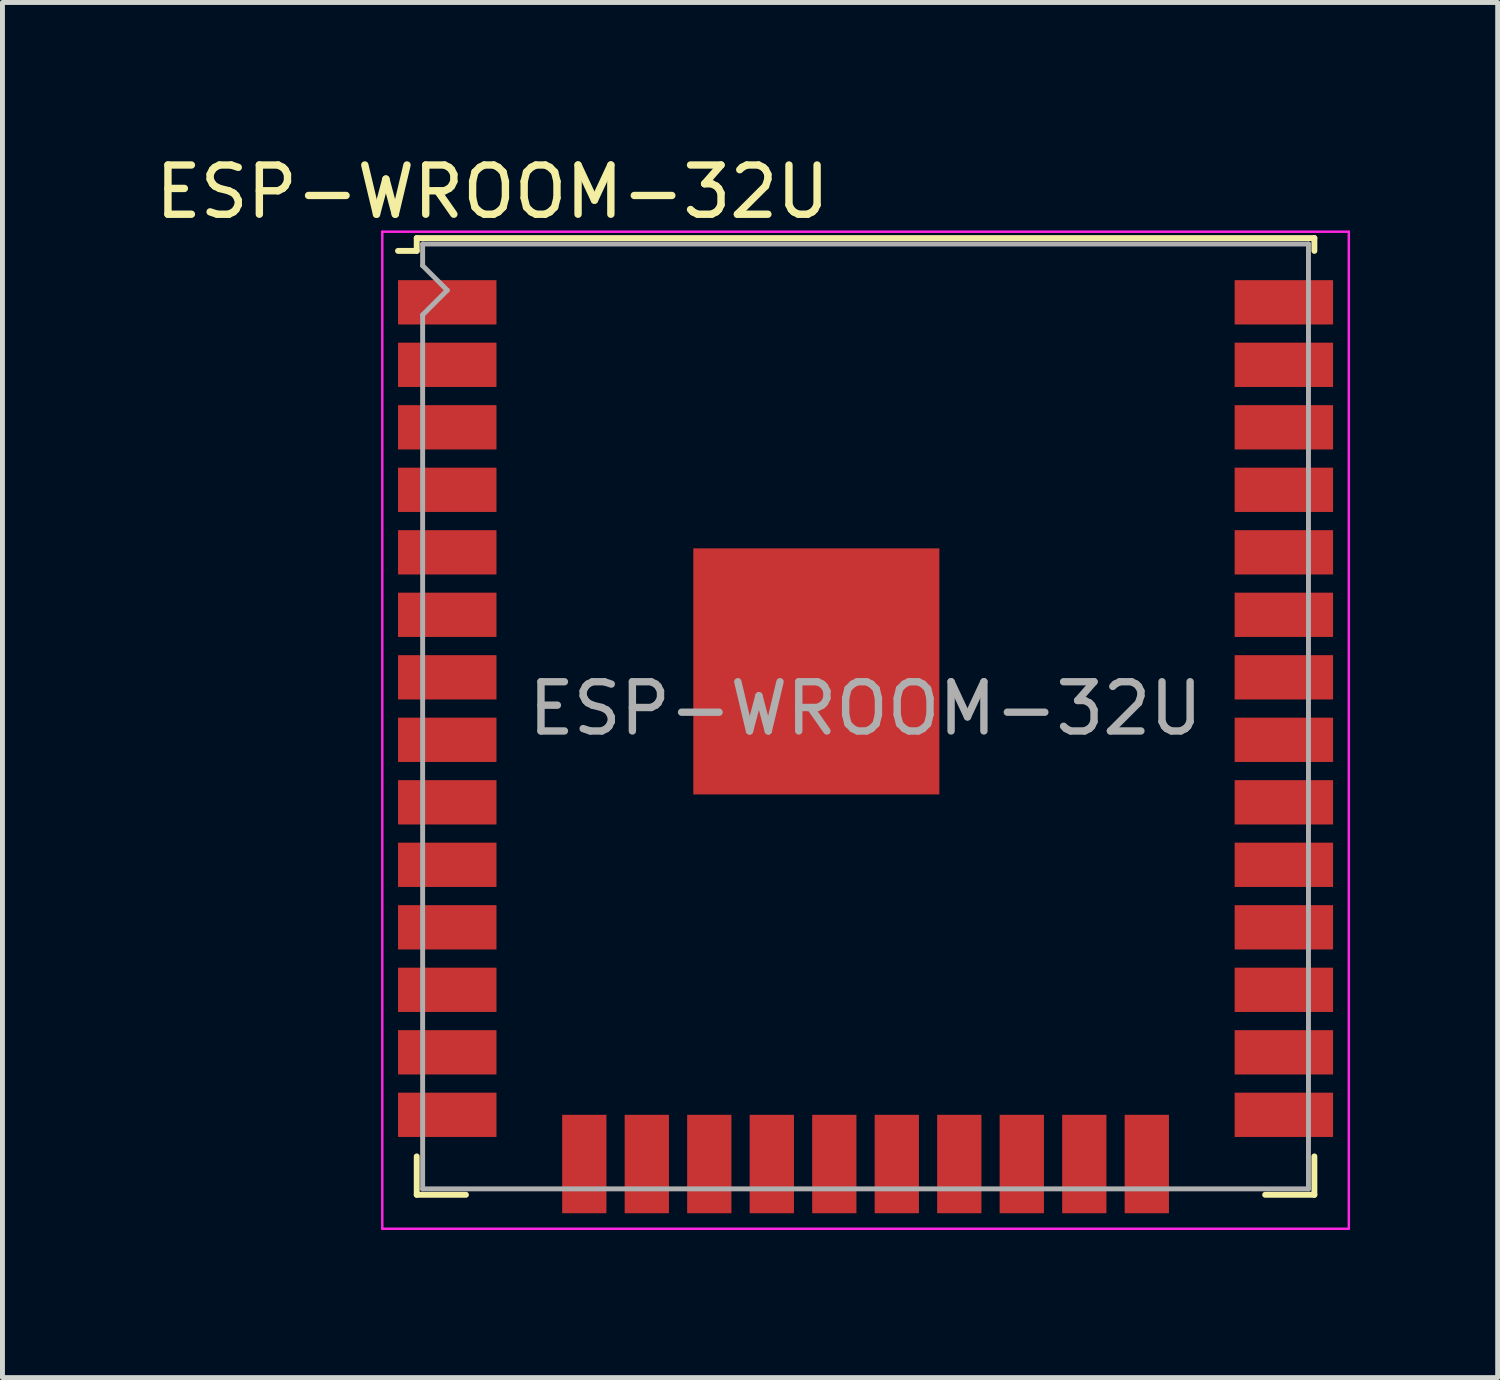
<source format=kicad_pcb>
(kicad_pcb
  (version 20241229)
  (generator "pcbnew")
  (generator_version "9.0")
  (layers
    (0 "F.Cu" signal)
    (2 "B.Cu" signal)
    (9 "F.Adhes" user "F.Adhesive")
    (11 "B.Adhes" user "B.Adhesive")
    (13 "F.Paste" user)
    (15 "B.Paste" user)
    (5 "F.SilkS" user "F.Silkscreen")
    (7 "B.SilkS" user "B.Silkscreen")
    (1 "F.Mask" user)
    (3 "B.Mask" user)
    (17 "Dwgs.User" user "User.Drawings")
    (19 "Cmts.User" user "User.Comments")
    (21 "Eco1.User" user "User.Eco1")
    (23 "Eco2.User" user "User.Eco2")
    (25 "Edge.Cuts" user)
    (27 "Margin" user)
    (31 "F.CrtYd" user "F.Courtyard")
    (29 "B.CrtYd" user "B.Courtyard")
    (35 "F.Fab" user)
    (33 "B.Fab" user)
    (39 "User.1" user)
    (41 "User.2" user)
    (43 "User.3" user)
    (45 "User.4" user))
  (footprint "ESP-WROOM-32U"
    (layer "F.Cu")
    (at 14.538 11.348)
    (property "Reference" "ESP-WROOM-32U" (at -7.58 -10.5 180) (layer "F.SilkS") (effects (font (size 1 1) (thickness 0.15))))
    (attr smd)
    (fp_line (start -9.12 -9.56) (end -9.12 -9.3) (stroke (width 0.12) (type solid)) (layer "F.SilkS"))
    (fp_line (start -9.12 -9.56) (end 9.12 -9.56) (stroke (width 0.12) (type solid)) (layer "F.SilkS"))
    (fp_line (start -9.12 -9.3) (end -9.5 -9.3) (stroke (width 0.12) (type solid)) (layer "F.SilkS"))
    (fp_line (start -9.12 9.1) (end -9.12 9.88) (stroke (width 0.12) (type solid)) (layer "F.SilkS"))
    (fp_line (start -9.12 9.88) (end -8.12 9.88) (stroke (width 0.12) (type solid)) (layer "F.SilkS"))
    (fp_line (start 9.12 -9.56) (end 9.12 -9.3) (stroke (width 0.12) (type solid)) (layer "F.SilkS"))
    (fp_line (start 9.12 9.1) (end 9.12 9.88) (stroke (width 0.12) (type solid)) (layer "F.SilkS"))
    (fp_line (start 9.12 9.88) (end 8.12 9.88) (stroke (width 0.12) (type solid)) (layer "F.SilkS"))
    (fp_line (start -9.82 10.57) (end -9.82 -9.69) (stroke (width 0.05) (type solid)) (layer "F.CrtYd"))
    (fp_line (start -9.82 10.57) (end 9.82 10.57) (stroke (width 0.05) (type solid)) (layer "F.CrtYd"))
    (fp_line (start 9.82 -9.69) (end -9.82 -9.69) (stroke (width 0.05) (type solid)) (layer "F.CrtYd"))
    (fp_line (start 9.82 -9.69) (end 9.82 10.57) (stroke (width 0.05) (type solid)) (layer "F.CrtYd"))
    (fp_line (start -9 -9.44) (end -9 -9) (stroke (width 0.1) (type solid)) (layer "F.Fab"))
    (fp_line (start -9 -9.44) (end 9 -9.44) (stroke (width 0.1) (type solid)) (layer "F.Fab"))
    (fp_line (start -9 -8) (end -9 9.76) (stroke (width 0.1) (type solid)) (layer "F.Fab"))
    (fp_line (start -9 -8) (end -8.5 -8.5) (stroke (width 0.1) (type solid)) (layer "F.Fab"))
    (fp_line (start -9 9.76) (end 9 9.76) (stroke (width 0.1) (type solid)) (layer "F.Fab"))
    (fp_line (start -8.5 -8.5) (end -9 -9) (stroke (width 0.1) (type solid)) (layer "F.Fab"))
    (fp_line (start 9 9.76) (end 9 -9.44) (stroke (width 0.1) (type solid)) (layer "F.Fab"))
    (fp_text user "${REFERENCE}" (at 0 0 0) (layer "F.Fab") (effects (font (size 1 1) (thickness 0.15))))
    (pad "1" smd rect (at -8.5 -8.255) (size 2 0.9) (layers "F.Cu" "F.Mask" "F.Paste"))
    (pad "2" smd rect (at -8.5 -6.985) (size 2 0.9) (layers "F.Cu" "F.Mask" "F.Paste"))
    (pad "3" smd rect (at -8.5 -5.715) (size 2 0.9) (layers "F.Cu" "F.Mask" "F.Paste"))
    (pad "4" smd rect (at -8.5 -4.445) (size 2 0.9) (layers "F.Cu" "F.Mask" "F.Paste"))
    (pad "5" smd rect (at -8.5 -3.175) (size 2 0.9) (layers "F.Cu" "F.Mask" "F.Paste"))
    (pad "6" smd rect (at -8.5 -1.905) (size 2 0.9) (layers "F.Cu" "F.Mask" "F.Paste"))
    (pad "7" smd rect (at -8.5 -0.635) (size 2 0.9) (layers "F.Cu" "F.Mask" "F.Paste"))
    (pad "8" smd rect (at -8.5 0.635) (size 2 0.9) (layers "F.Cu" "F.Mask" "F.Paste"))
    (pad "9" smd rect (at -8.5 1.905) (size 2 0.9) (layers "F.Cu" "F.Mask" "F.Paste"))
    (pad "10" smd rect (at -8.5 3.175) (size 2 0.9) (layers "F.Cu" "F.Mask" "F.Paste"))
    (pad "11" smd rect (at -8.5 4.445) (size 2 0.9) (layers "F.Cu" "F.Mask" "F.Paste"))
    (pad "12" smd rect (at -8.5 5.715) (size 2 0.9) (layers "F.Cu" "F.Mask" "F.Paste"))
    (pad "13" smd rect (at -8.5 6.985) (size 2 0.9) (layers "F.Cu" "F.Mask" "F.Paste"))
    (pad "14" smd rect (at -8.5 8.255) (size 2 0.9) (layers "F.Cu" "F.Mask" "F.Paste"))
    (pad "15" smd rect (at -5.715 9.255 90) (size 2 0.9) (layers "F.Cu" "F.Mask" "F.Paste"))
    (pad "16" smd rect (at -4.445 9.255 90) (size 2 0.9) (layers "F.Cu" "F.Mask" "F.Paste"))
    (pad "17" smd rect (at -3.175 9.255 90) (size 2 0.9) (layers "F.Cu" "F.Mask" "F.Paste"))
    (pad "18" smd rect (at -1.905 9.255 90) (size 2 0.9) (layers "F.Cu" "F.Mask" "F.Paste"))
    (pad "19" smd rect (at -0.635 9.255 90) (size 2 0.9) (layers "F.Cu" "F.Mask" "F.Paste"))
    (pad "20" smd rect (at 0.635 9.255 90) (size 2 0.9) (layers "F.Cu" "F.Mask" "F.Paste"))
    (pad "21" smd rect (at 1.905 9.255 90) (size 2 0.9) (layers "F.Cu" "F.Mask" "F.Paste"))
    (pad "22" smd rect (at 3.175 9.255 90) (size 2 0.9) (layers "F.Cu" "F.Mask" "F.Paste"))
    (pad "23" smd rect (at 4.445 9.255 90) (size 2 0.9) (layers "F.Cu" "F.Mask" "F.Paste"))
    (pad "24" smd rect (at 5.715 9.255 90) (size 2 0.9) (layers "F.Cu" "F.Mask" "F.Paste"))
    (pad "25" smd rect (at 8.5 8.255) (size 2 0.9) (layers "F.Cu" "F.Mask" "F.Paste"))
    (pad "26" smd rect (at 8.5 6.985) (size 2 0.9) (layers "F.Cu" "F.Mask" "F.Paste"))
    (pad "27" smd rect (at 8.5 5.715) (size 2 0.9) (layers "F.Cu" "F.Mask" "F.Paste"))
    (pad "28" smd rect (at 8.5 4.445) (size 2 0.9) (layers "F.Cu" "F.Mask" "F.Paste"))
    (pad "29" smd rect (at 8.5 3.175) (size 2 0.9) (layers "F.Cu" "F.Mask" "F.Paste"))
    (pad "30" smd rect (at 8.5 1.905) (size 2 0.9) (layers "F.Cu" "F.Mask" "F.Paste"))
    (pad "31" smd rect (at 8.5 0.635) (size 2 0.9) (layers "F.Cu" "F.Mask" "F.Paste"))
    (pad "32" smd rect (at 8.5 -0.635) (size 2 0.9) (layers "F.Cu" "F.Mask" "F.Paste"))
    (pad "33" smd rect (at 8.5 -1.905) (size 2 0.9) (layers "F.Cu" "F.Mask" "F.Paste"))
    (pad "34" smd rect (at 8.5 -3.175) (size 2 0.9) (layers "F.Cu" "F.Mask" "F.Paste"))
    (pad "35" smd rect (at 8.5 -4.445) (size 2 0.9) (layers "F.Cu" "F.Mask" "F.Paste"))
    (pad "36" smd rect (at 8.5 -5.715) (size 2 0.9) (layers "F.Cu" "F.Mask" "F.Paste"))
    (pad "37" smd rect (at 8.5 -6.985) (size 2 0.9) (layers "F.Cu" "F.Mask" "F.Paste"))
    (pad "38" smd rect (at 8.5 -8.255) (size 2 0.9) (layers "F.Cu" "F.Mask" "F.Paste"))
    (pad "39" smd rect (at -1 -0.755) (size 5 5) (layers "F.Cu" "F.Mask" "F.Paste")))
  (gr_rect
    (start -3 -3)
    (end 27.383 24.943)
    (stroke (width 0.1) (type default))
    (fill no)
    (layer "Edge.Cuts")))
</source>
